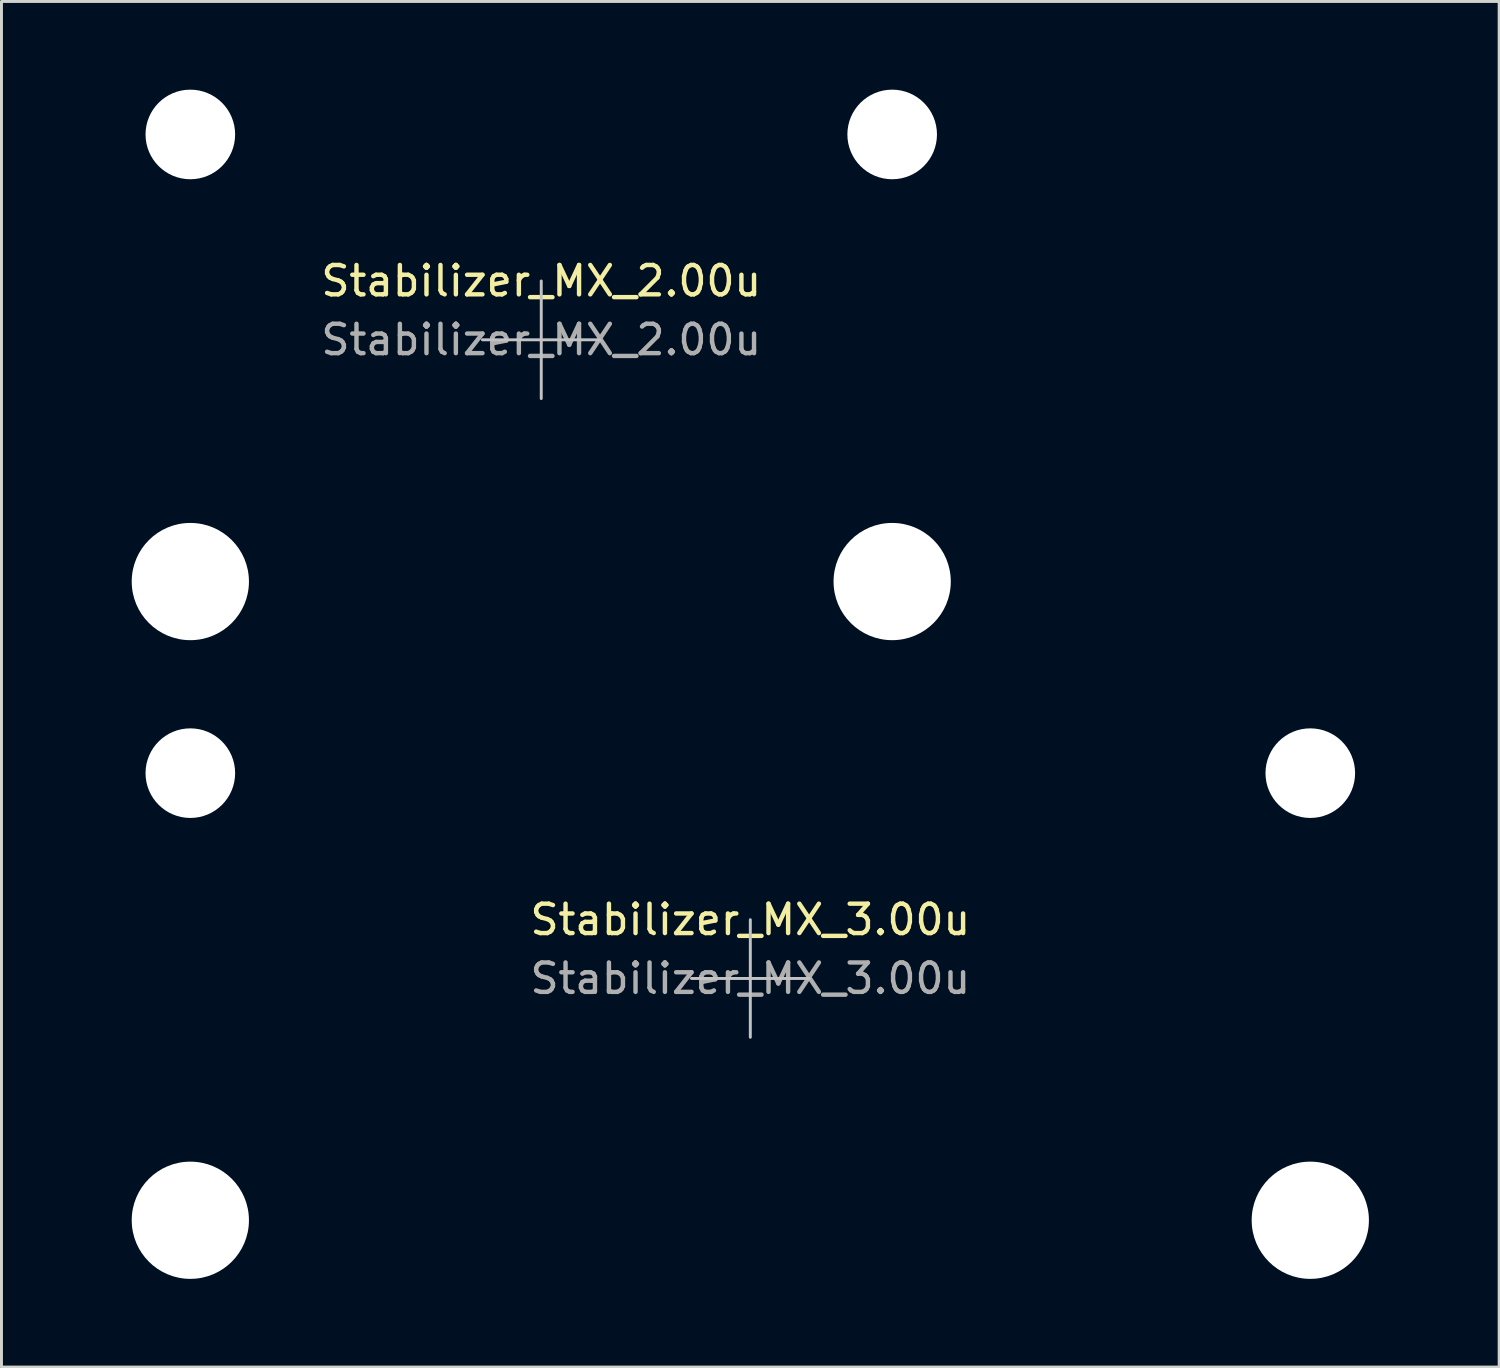
<source format=kicad_pcb>
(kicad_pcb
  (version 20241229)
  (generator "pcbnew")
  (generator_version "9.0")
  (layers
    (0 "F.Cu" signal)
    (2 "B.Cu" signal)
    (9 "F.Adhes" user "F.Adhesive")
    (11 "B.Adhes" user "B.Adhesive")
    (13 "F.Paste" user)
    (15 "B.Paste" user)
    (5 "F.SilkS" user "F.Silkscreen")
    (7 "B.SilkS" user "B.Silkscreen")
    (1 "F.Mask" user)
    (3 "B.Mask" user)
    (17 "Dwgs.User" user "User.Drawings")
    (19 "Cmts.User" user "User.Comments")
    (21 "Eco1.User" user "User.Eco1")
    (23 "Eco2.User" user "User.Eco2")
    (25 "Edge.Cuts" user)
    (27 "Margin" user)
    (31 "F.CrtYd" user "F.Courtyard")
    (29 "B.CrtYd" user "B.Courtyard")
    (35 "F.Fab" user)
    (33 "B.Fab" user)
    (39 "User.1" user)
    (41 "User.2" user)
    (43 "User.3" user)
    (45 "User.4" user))
  (footprint "Stabilizer_MX_2.00u"
    (layer "F.Cu")
    (at 15.363 8.509)
    (property "Reference" "Stabilizer_MX_2.00u" (at 0 -2 0) (layer "F.SilkS") (effects (font (size 1 1) (thickness 0.15))))
    (attr exclude_from_pos_files exclude_from_bom)
    (fp_line (start -2 0) (end 2 0) (stroke (width 0.1) (type solid)) (layer "Dwgs.User"))
    (fp_line (start 0 2) (end 0 -2) (stroke (width 0.1) (type solid)) (layer "Dwgs.User"))
    (fp_line (start -15.313 -5.53) (end -15.313 6.77) (stroke (width 0.1) (type solid)) (layer "Eco1.User"))
    (fp_line (start -15.313 6.77) (end -8.563 6.77) (stroke (width 0.1) (type solid)) (layer "Eco1.User"))
    (fp_line (start -8.563 -5.53) (end -15.313 -5.53) (stroke (width 0.1) (type solid)) (layer "Eco1.User"))
    (fp_line (start -8.563 6.77) (end -8.563 -5.53) (stroke (width 0.1) (type solid)) (layer "Eco1.User"))
    (fp_line (start 8.563 -5.53) (end 8.563 6.77) (stroke (width 0.1) (type solid)) (layer "Eco1.User"))
    (fp_line (start 8.563 6.77) (end 15.313 6.77) (stroke (width 0.1) (type solid)) (layer "Eco1.User"))
    (fp_line (start 15.313 -5.53) (end 8.563 -5.53) (stroke (width 0.1) (type solid)) (layer "Eco1.User"))
    (fp_line (start 15.313 6.77) (end 15.313 -5.53) (stroke (width 0.1) (type solid)) (layer "Eco1.User"))
    (fp_text user "${REFERENCE}" (at 0 0 0) (layer "F.Fab") (effects (font (size 1 1) (thickness 0.15))))
    (pad "" np_thru_hole circle (at -11.938 -6.985) (size 3.048 3.048) (drill 3.048) (layers "*.Cu" "*.Mask"))
    (pad "" np_thru_hole circle (at -11.938 8.225) (size 3.988 3.988) (drill 3.988) (layers "*.Cu" "*.Mask"))
    (pad "" np_thru_hole circle (at 11.938 -6.985) (size 3.048 3.048) (drill 3.048) (layers "*.Cu" "*.Mask"))
    (pad "" np_thru_hole circle (at 11.938 8.225) (size 3.988 3.988) (drill 3.988) (layers "*.Cu" "*.Mask")))
  (footprint "Stabilizer_MX_3.00u"
    (layer "F.Cu")
    (at 22.475 30.237)
    (property "Reference" "Stabilizer_MX_3.00u" (at 0 -2 0) (layer "F.SilkS") (effects (font (size 1 1) (thickness 0.15))))
    (attr exclude_from_pos_files exclude_from_bom)
    (fp_line (start -2 0) (end 2 0) (stroke (width 0.1) (type solid)) (layer "Dwgs.User"))
    (fp_line (start 0 2) (end 0 -2) (stroke (width 0.1) (type solid)) (layer "Dwgs.User"))
    (fp_line (start -22.425 -5.53) (end -22.425 6.77) (stroke (width 0.1) (type solid)) (layer "Eco1.User"))
    (fp_line (start -22.425 6.77) (end -15.675 6.77) (stroke (width 0.1) (type solid)) (layer "Eco1.User"))
    (fp_line (start -15.675 -5.53) (end -22.425 -5.53) (stroke (width 0.1) (type solid)) (layer "Eco1.User"))
    (fp_line (start -15.675 6.77) (end -15.675 -5.53) (stroke (width 0.1) (type solid)) (layer "Eco1.User"))
    (fp_line (start 15.675 -5.53) (end 15.675 6.77) (stroke (width 0.1) (type solid)) (layer "Eco1.User"))
    (fp_line (start 15.675 6.77) (end 22.425 6.77) (stroke (width 0.1) (type solid)) (layer "Eco1.User"))
    (fp_line (start 22.425 -5.53) (end 15.675 -5.53) (stroke (width 0.1) (type solid)) (layer "Eco1.User"))
    (fp_line (start 22.425 6.77) (end 22.425 -5.53) (stroke (width 0.1) (type solid)) (layer "Eco1.User"))
    (fp_text user "${REFERENCE}" (at 0 0 0) (layer "F.Fab") (effects (font (size 1 1) (thickness 0.15))))
    (pad "" np_thru_hole circle (at -19.05 -6.985) (size 3.048 3.048) (drill 3.048) (layers "*.Cu" "*.Mask"))
    (pad "" np_thru_hole circle (at -19.05 8.225) (size 3.988 3.988) (drill 3.988) (layers "*.Cu" "*.Mask"))
    (pad "" np_thru_hole circle (at 19.05 -6.985) (size 3.048 3.048) (drill 3.048) (layers "*.Cu" "*.Mask"))
    (pad "" np_thru_hole circle (at 19.05 8.225) (size 3.988 3.988) (drill 3.988) (layers "*.Cu" "*.Mask")))
  (gr_rect
    (start -3 -3)
    (end 47.95 43.456)
    (stroke (width 0.1) (type default))
    (fill no)
    (layer "Edge.Cuts")))
</source>
